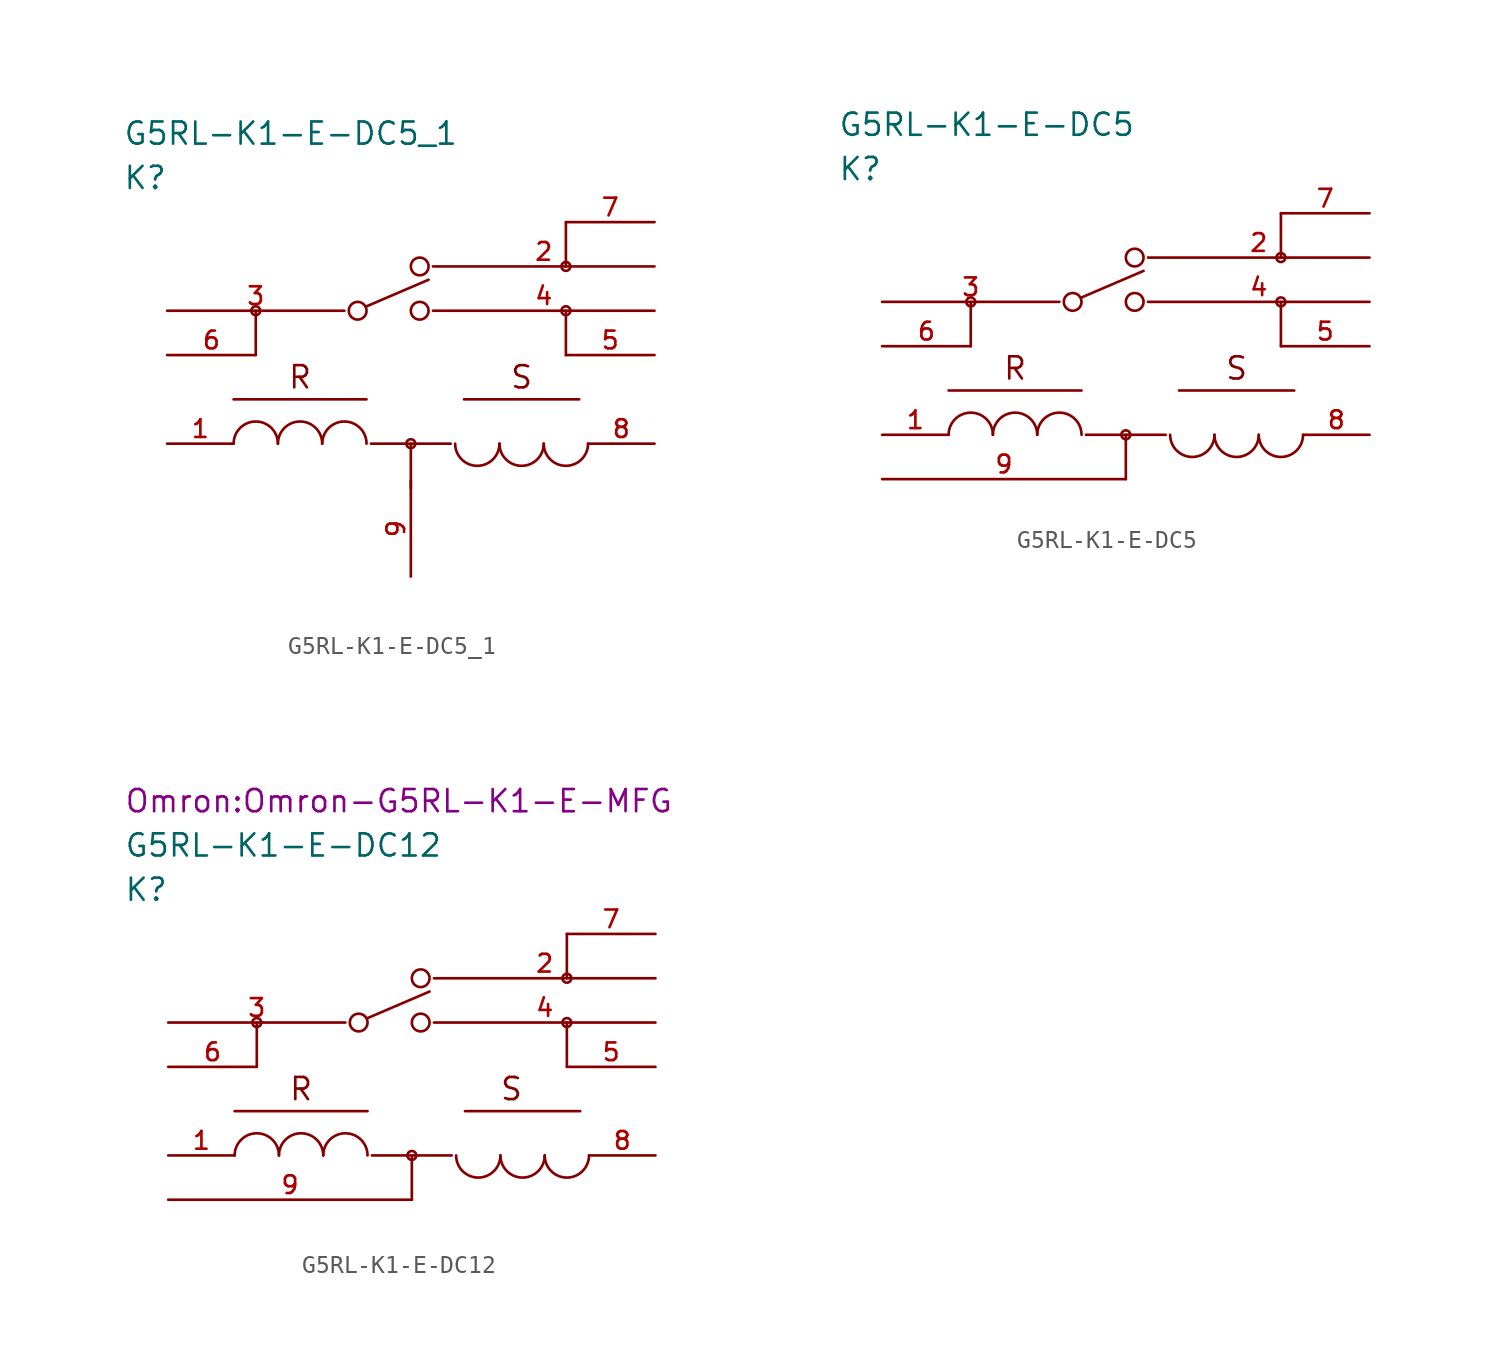
<source format=kicad_sym>
(kicad_symbol_lib
  (version 20211014)
  (generator kicad_symbol_editor)
  (symbol "G5RL-K1-E-DC5_1"
    (pin_names
      (offset 1.016))
    (property "Reference" "K"
      (at 0 7.62 0)
      (effects (font (size 1.27 1.27)) (justify left)))
    (property "Value" "G5RL-K1-E-DC5_1"
      (at 0 10.16 0)
      (effects (font (size 1.27 1.27)) (justify left)))
    (symbol "G5RL-K1-E-DC5_1_0_0"
      (text "R" (at 10.16 -3.81 0) (effects (font (size 1.27 1.27))))
      (text "S" (at 22.86 -3.81 0) (effects (font (size 1.27 1.27)))))
    (symbol "G5RL-K1-E-DC5_1_1_1"
      (polyline (pts (xy 6.35 -5.08) (xy 13.97 -5.08)) (stroke (width 0) (type default) (color 0 0 0 0)) (fill (type none)))
      (polyline (pts (xy 7.62 -2.54) (xy 7.62 0)) (stroke (width 0) (type default) (color 0 0 0 0)) (fill (type none)))
      (polyline (pts (xy 13.97 0.254) (xy 17.526 1.778)) (stroke (width 0) (type default) (color 0 0 0 0)) (fill (type none)))
      (polyline (pts (xy 14.224 -7.62) (xy 18.796 -7.62)) (stroke (width 0) (type default) (color 0 0 0 0)) (fill (type none)))
      (polyline (pts (xy 16.51 -7.62) (xy 16.51 -10.16)) (stroke (width 0) (type default) (color 0 0 0 0)) (fill (type none)))
      (polyline (pts (xy 25.4 -2.54) (xy 25.4 0)) (stroke (width 0) (type default) (color 0 0 0 0)) (fill (type none)))
      (polyline (pts (xy 25.4 5.08) (xy 25.4 2.54)) (stroke (width 0) (type default) (color 0 0 0 0)) (fill (type none)))
      (polyline (pts (xy 26.162 -5.08) (xy 19.558 -5.08)) (stroke (width 0) (type default) (color 0 0 0 0)) (fill (type none)))
      (circle (center 7.62 0) (radius 0.254) (stroke (width 0) (type default) (color 0 0 0 0)) (fill (type none)))
      (arc (start 8.89 -7.62) (mid 7.62 -6.35) (end 6.35 -7.62) (stroke (width 0) (type default) (color 0 0 0 0)) (fill (type none)))
      (arc (start 11.43 -7.62) (mid 10.16 -6.35) (end 8.89 -7.62) (stroke (width 0) (type default) (color 0 0 0 0)) (fill (type none)))
      (circle (center 13.462 0) (radius 0.508) (stroke (width 0) (type default) (color 0 0 0 0)) (fill (type none)))
      (arc (start 13.97 -7.62) (mid 12.7 -6.35) (end 11.43 -7.62) (stroke (width 0) (type default) (color 0 0 0 0)) (fill (type none)))
      (circle (center 16.51 -7.62) (radius 0.254) (stroke (width 0) (type default) (color 0 0 0 0)) (fill (type none)))
      (circle (center 17.018 0) (radius 0.508) (stroke (width 0) (type default) (color 0 0 0 0)) (fill (type none)))
      (circle (center 17.018 2.54) (radius 0.508) (stroke (width 0) (type default) (color 0 0 0 0)) (fill (type none)))
      (arc (start 19.05 -7.62) (mid 20.32 -8.89) (end 21.59 -7.62) (stroke (width 0) (type default) (color 0 0 0 0)) (fill (type none)))
      (arc (start 21.59 -7.62) (mid 22.86 -8.89) (end 24.13 -7.62) (stroke (width 0) (type default) (color 0 0 0 0)) (fill (type none)))
      (arc (start 24.13 -7.62) (mid 25.4 -8.89) (end 26.67 -7.62) (stroke (width 0) (type default) (color 0 0 0 0)) (fill (type none)))
      (circle (center 25.4 0) (radius 0.254) (stroke (width 0) (type default) (color 0 0 0 0)) (fill (type none)))
      (circle (center 25.4 2.54) (radius 0.254) (stroke (width 0) (type default) (color 0 0 0 0)) (fill (type none)))
      (pin passive line (at 2.54 -7.62 0) (length 3.81) (name "R-" (effects (font (size 0 0)))) (number "1" (effects (font (size 1.016 1.016)))))
      (pin passive line (at 30.48 2.54 180) (length 12.7) (name "2" (effects (font (size 0 0)))) (number "2" (effects (font (size 1.016 1.016)))))
      (pin passive line (at 2.54 0 0) (length 10.16) (name "3" (effects (font (size 0 0)))) (number "3" (effects (font (size 1.016 1.016)))))
      (pin passive line (at 30.48 0 180) (length 12.7) (name "4" (effects (font (size 0 0)))) (number "4" (effects (font (size 1.016 1.016)))))
      (pin passive line (at 30.48 -2.54 180) (length 5.08) (name "5" (effects (font (size 0 0)))) (number "5" (effects (font (size 1.016 1.016)))))
      (pin passive line (at 2.54 -2.54 0) (length 5.08) (name "6" (effects (font (size 0 0)))) (number "6" (effects (font (size 1.016 1.016)))))
      (pin passive line (at 30.48 5.08 180) (length 5.08) (name "7" (effects (font (size 0 0)))) (number "7" (effects (font (size 1.016 1.016)))))
      (pin passive line (at 30.48 -7.62 180) (length 3.81) (name "S-" (effects (font (size 0 0)))) (number "8" (effects (font (size 1.016 1.016)))))
      (pin passive line (at 16.51 -15.24 90) (length 5.5) (name "S+/R+" (effects (font (size 0 0)))) (number "9" (effects (font (size 1.016 1.016)))))))
  (symbol "G5RL-K1-E-DC5"
    (pin_names
      (offset 1.016))
    (property "Reference" "K"
      (at 0 7.62 0)
      (effects (font (size 1.27 1.27)) (justify left)))
    (property "Value" "G5RL-K1-E-DC5"
      (at 0 10.16 0)
      (effects (font (size 1.27 1.27)) (justify left)))
    (symbol "G5RL-K1-E-DC5_0_0"
      (text "R" (at 10.16 -3.81 0) (effects (font (size 1.27 1.27))))
      (text "S" (at 22.86 -3.81 0) (effects (font (size 1.27 1.27)))))
    (symbol "G5RL-K1-E-DC5_1_1"
      (polyline (pts (xy 6.35 -5.08) (xy 13.97 -5.08)) (stroke (width 0) (type default) (color 0 0 0 0)) (fill (type none)))
      (polyline (pts (xy 7.62 -2.54) (xy 7.62 0)) (stroke (width 0) (type default) (color 0 0 0 0)) (fill (type none)))
      (polyline (pts (xy 13.97 0.254) (xy 17.526 1.778)) (stroke (width 0) (type default) (color 0 0 0 0)) (fill (type none)))
      (polyline (pts (xy 14.224 -7.62) (xy 18.796 -7.62)) (stroke (width 0) (type default) (color 0 0 0 0)) (fill (type none)))
      (polyline (pts (xy 16.51 -7.62) (xy 16.51 -10.16)) (stroke (width 0) (type default) (color 0 0 0 0)) (fill (type none)))
      (polyline (pts (xy 25.4 -2.54) (xy 25.4 0)) (stroke (width 0) (type default) (color 0 0 0 0)) (fill (type none)))
      (polyline (pts (xy 25.4 5.08) (xy 25.4 2.54)) (stroke (width 0) (type default) (color 0 0 0 0)) (fill (type none)))
      (polyline (pts (xy 26.162 -5.08) (xy 19.558 -5.08)) (stroke (width 0) (type default) (color 0 0 0 0)) (fill (type none)))
      (circle (center 7.62 0) (radius 0.254) (stroke (width 0) (type default) (color 0 0 0 0)) (fill (type none)))
      (arc (start 8.89 -7.62) (mid 7.62 -6.35) (end 6.35 -7.62) (stroke (width 0) (type default) (color 0 0 0 0)) (fill (type none)))
      (arc (start 11.43 -7.62) (mid 10.16 -6.35) (end 8.89 -7.62) (stroke (width 0) (type default) (color 0 0 0 0)) (fill (type none)))
      (circle (center 13.462 0) (radius 0.508) (stroke (width 0) (type default) (color 0 0 0 0)) (fill (type none)))
      (arc (start 13.97 -7.62) (mid 12.7 -6.35) (end 11.43 -7.62) (stroke (width 0) (type default) (color 0 0 0 0)) (fill (type none)))
      (circle (center 16.51 -7.62) (radius 0.254) (stroke (width 0) (type default) (color 0 0 0 0)) (fill (type none)))
      (circle (center 17.018 0) (radius 0.508) (stroke (width 0) (type default) (color 0 0 0 0)) (fill (type none)))
      (circle (center 17.018 2.54) (radius 0.508) (stroke (width 0) (type default) (color 0 0 0 0)) (fill (type none)))
      (arc (start 19.05 -7.62) (mid 20.32 -8.89) (end 21.59 -7.62) (stroke (width 0) (type default) (color 0 0 0 0)) (fill (type none)))
      (arc (start 21.59 -7.62) (mid 22.86 -8.89) (end 24.13 -7.62) (stroke (width 0) (type default) (color 0 0 0 0)) (fill (type none)))
      (arc (start 24.13 -7.62) (mid 25.4 -8.89) (end 26.67 -7.62) (stroke (width 0) (type default) (color 0 0 0 0)) (fill (type none)))
      (circle (center 25.4 0) (radius 0.254) (stroke (width 0) (type default) (color 0 0 0 0)) (fill (type none)))
      (circle (center 25.4 2.54) (radius 0.254) (stroke (width 0) (type default) (color 0 0 0 0)) (fill (type none)))
      (pin passive line (at 2.54 -7.62 0) (length 3.81) (name "R-" (effects (font (size 0 0)))) (number "1" (effects (font (size 1.016 1.016)))))
      (pin passive line (at 30.48 2.54 180) (length 12.7) (name "2" (effects (font (size 0 0)))) (number "2" (effects (font (size 1.016 1.016)))))
      (pin passive line (at 2.54 0 0) (length 10.16) (name "3" (effects (font (size 0 0)))) (number "3" (effects (font (size 1.016 1.016)))))
      (pin passive line (at 30.48 0 180) (length 12.7) (name "4" (effects (font (size 0 0)))) (number "4" (effects (font (size 1.016 1.016)))))
      (pin passive line (at 30.48 -2.54 180) (length 5.08) (name "5" (effects (font (size 0 0)))) (number "5" (effects (font (size 1.016 1.016)))))
      (pin passive line (at 2.54 -2.54 0) (length 5.08) (name "6" (effects (font (size 0 0)))) (number "6" (effects (font (size 1.016 1.016)))))
      (pin passive line (at 30.48 5.08 180) (length 5.08) (name "7" (effects (font (size 0 0)))) (number "7" (effects (font (size 1.016 1.016)))))
      (pin passive line (at 30.48 -7.62 180) (length 3.81) (name "S-" (effects (font (size 0 0)))) (number "8" (effects (font (size 1.016 1.016)))))
      (pin passive line (at 2.54 -10.16 0) (length 13.97) (name "S+/R+" (effects (font (size 0 0)))) (number "9" (effects (font (size 1.016 1.016)))))))
  (symbol "G5RL-K1-E-DC12"
    (pin_names
      (offset 1.016))
    (property "Reference" "K"
      (at 0 7.62 0)
      (effects (font (size 1.27 1.27)) (justify left)))
    (property "Value" "G5RL-K1-E-DC12"
      (at 0 10.16 0)
      (effects (font (size 1.27 1.27)) (justify left)))
    (property "Footprint" "Omron:Omron-G5RL-K1-E-MFG"
      (at 0 12.7 0)
      (effects (font (size 1.27 1.27)) (justify left)))
    (symbol "G5RL-K1-E-DC12_0_0"
      (text "R" (at 10.16 -3.81 0) (effects (font (size 1.27 1.27))))
      (text "S" (at 22.225 -3.81 0) (effects (font (size 1.27 1.27)))))
    (symbol "G5RL-K1-E-DC12_1_1"
      (polyline (pts (xy 6.35 -5.08) (xy 13.97 -5.08)) (stroke (width 0) (type default) (color 0 0 0 0)) (fill (type none)))
      (polyline (pts (xy 7.62 -2.54) (xy 7.62 0)) (stroke (width 0) (type default) (color 0 0 0 0)) (fill (type none)))
      (polyline (pts (xy 13.97 0.254) (xy 17.526 1.778)) (stroke (width 0) (type default) (color 0 0 0 0)) (fill (type none)))
      (polyline (pts (xy 14.224 -7.62) (xy 18.796 -7.62)) (stroke (width 0) (type default) (color 0 0 0 0)) (fill (type none)))
      (polyline (pts (xy 16.51 -7.62) (xy 16.51 -10.16)) (stroke (width 0) (type default) (color 0 0 0 0)) (fill (type none)))
      (polyline (pts (xy 25.4 -2.54) (xy 25.4 0)) (stroke (width 0) (type default) (color 0 0 0 0)) (fill (type none)))
      (polyline (pts (xy 25.4 5.08) (xy 25.4 2.54)) (stroke (width 0) (type default) (color 0 0 0 0)) (fill (type none)))
      (polyline (pts (xy 26.162 -5.08) (xy 19.558 -5.08)) (stroke (width 0) (type default) (color 0 0 0 0)) (fill (type none)))
      (circle (center 7.62 0) (radius 0.254) (stroke (width 0) (type default) (color 0 0 0 0)) (fill (type none)))
      (arc (start 8.89 -7.62) (mid 7.62 -6.35) (end 6.35 -7.62) (stroke (width 0) (type default) (color 0 0 0 0)) (fill (type none)))
      (arc (start 11.43 -7.62) (mid 10.16 -6.35) (end 8.89 -7.62) (stroke (width 0) (type default) (color 0 0 0 0)) (fill (type none)))
      (circle (center 13.462 0) (radius 0.508) (stroke (width 0) (type default) (color 0 0 0 0)) (fill (type none)))
      (arc (start 13.97 -7.62) (mid 12.7 -6.35) (end 11.43 -7.62) (stroke (width 0) (type default) (color 0 0 0 0)) (fill (type none)))
      (circle (center 16.51 -7.62) (radius 0.254) (stroke (width 0) (type default) (color 0 0 0 0)) (fill (type none)))
      (circle (center 17.018 0) (radius 0.508) (stroke (width 0) (type default) (color 0 0 0 0)) (fill (type none)))
      (circle (center 17.018 2.54) (radius 0.508) (stroke (width 0) (type default) (color 0 0 0 0)) (fill (type none)))
      (arc (start 19.05 -7.62) (mid 20.32 -8.89) (end 21.59 -7.62) (stroke (width 0) (type default) (color 0 0 0 0)) (fill (type none)))
      (arc (start 21.59 -7.62) (mid 22.86 -8.89) (end 24.13 -7.62) (stroke (width 0) (type default) (color 0 0 0 0)) (fill (type none)))
      (arc (start 24.13 -7.62) (mid 25.4 -8.89) (end 26.67 -7.62) (stroke (width 0) (type default) (color 0 0 0 0)) (fill (type none)))
      (circle (center 25.4 0) (radius 0.254) (stroke (width 0) (type default) (color 0 0 0 0)) (fill (type none)))
      (circle (center 25.4 2.54) (radius 0.254) (stroke (width 0) (type default) (color 0 0 0 0)) (fill (type none)))
      (pin passive line (at 2.54 -7.62 0) (length 3.81) (name "R-" (effects (font (size 0 0)))) (number "1" (effects (font (size 1.016 1.016)))))
      (pin passive line (at 30.48 2.54 180) (length 12.7) (name "2" (effects (font (size 0 0)))) (number "2" (effects (font (size 1.016 1.016)))))
      (pin passive line (at 2.54 0 0) (length 10.16) (name "3" (effects (font (size 0 0)))) (number "3" (effects (font (size 1.016 1.016)))))
      (pin passive line (at 30.48 0 180) (length 12.7) (name "4" (effects (font (size 0 0)))) (number "4" (effects (font (size 1.016 1.016)))))
      (pin passive line (at 30.48 -2.54 180) (length 5.08) (name "5" (effects (font (size 0 0)))) (number "5" (effects (font (size 1.016 1.016)))))
      (pin passive line (at 2.54 -2.54 0) (length 5.08) (name "6" (effects (font (size 0 0)))) (number "6" (effects (font (size 1.016 1.016)))))
      (pin passive line (at 30.48 5.08 180) (length 5.08) (name "7" (effects (font (size 0 0)))) (number "7" (effects (font (size 1.016 1.016)))))
      (pin passive line (at 30.48 -7.62 180) (length 3.81) (name "S-" (effects (font (size 0 0)))) (number "8" (effects (font (size 1.016 1.016)))))
      (pin passive line (at 2.54 -10.16 0) (length 13.97) (name "S+/R+" (effects (font (size 0 0)))) (number "9" (effects (font (size 1.016 1.016))))))))
</source>
